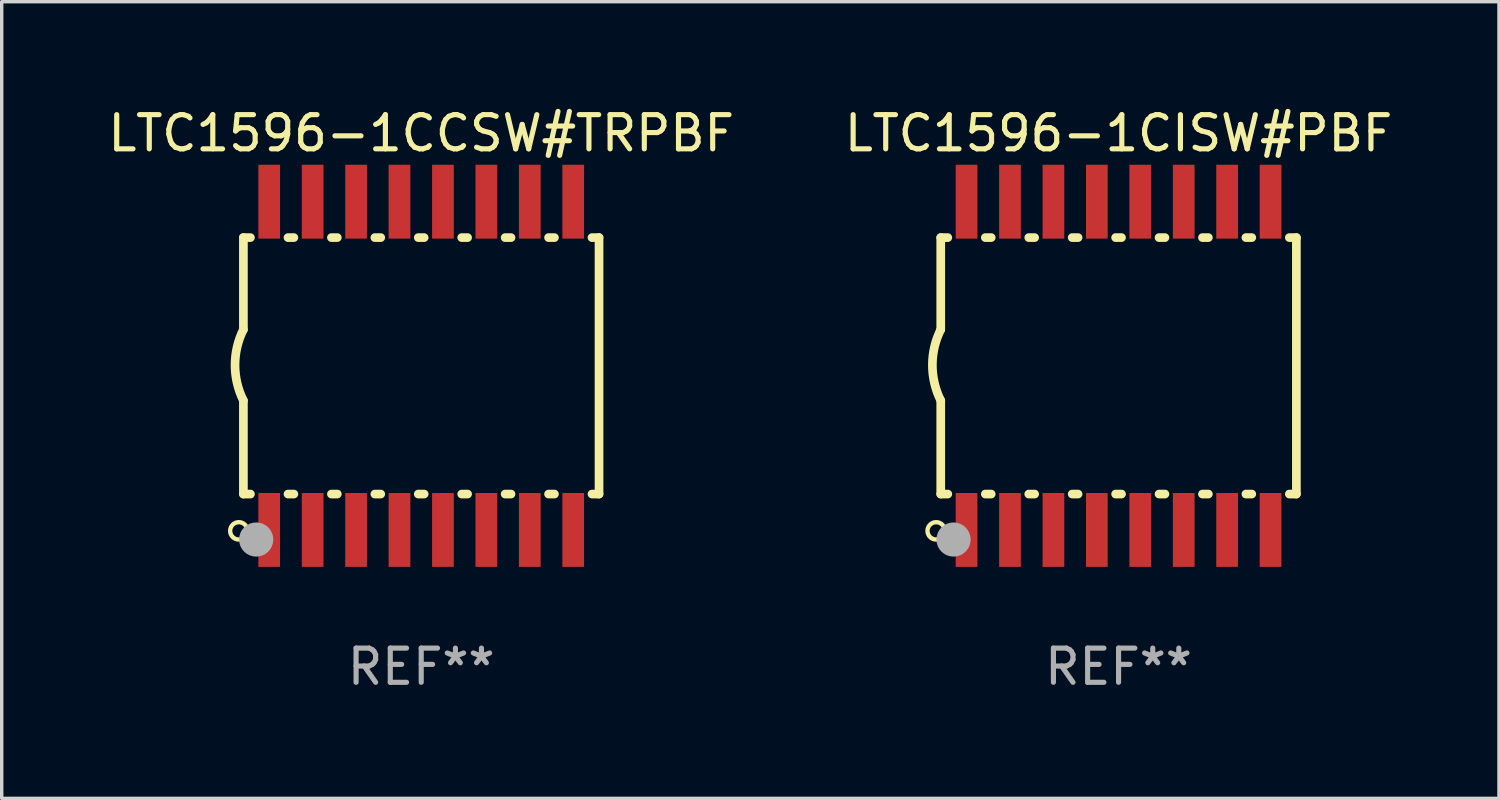
<source format=kicad_pcb>
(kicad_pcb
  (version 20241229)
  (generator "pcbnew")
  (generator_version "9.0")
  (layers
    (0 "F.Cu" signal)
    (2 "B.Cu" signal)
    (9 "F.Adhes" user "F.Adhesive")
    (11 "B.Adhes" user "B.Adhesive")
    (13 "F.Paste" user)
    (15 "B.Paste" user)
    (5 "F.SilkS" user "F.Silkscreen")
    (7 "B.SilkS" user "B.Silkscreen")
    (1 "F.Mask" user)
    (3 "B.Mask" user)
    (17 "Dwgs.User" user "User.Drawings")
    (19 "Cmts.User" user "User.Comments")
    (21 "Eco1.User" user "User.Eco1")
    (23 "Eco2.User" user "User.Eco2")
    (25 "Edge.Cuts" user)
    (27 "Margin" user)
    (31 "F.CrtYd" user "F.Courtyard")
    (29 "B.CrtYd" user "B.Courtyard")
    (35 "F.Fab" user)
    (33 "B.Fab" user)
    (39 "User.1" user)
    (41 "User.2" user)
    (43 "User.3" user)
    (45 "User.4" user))
  (footprint "LTC1596-1CCSW#TRPBF"
    (layer "F.Cu")
    (at 9.268 7.648)
    (property "Reference" "LTC1596-1CCSW#TRPBF" (at 0 -6.8 0) (layer "F.SilkS") (effects (font (size 1 1) (thickness 0.15))))
    (attr through_hole)
    (fp_line (start -5.2 -3.75) (end -5.2 -1.06) (stroke (width 0.254) (type solid)) (layer "F.SilkS"))
    (fp_line (start -5.2 -3.75) (end -4.994 -3.75) (stroke (width 0.254) (type solid)) (layer "F.SilkS"))
    (fp_line (start -5.2 3.75) (end -5.2 1.016) (stroke (width 0.254) (type solid)) (layer "F.SilkS"))
    (fp_line (start -5.2 3.75) (end -4.994 3.75) (stroke (width 0.254) (type solid)) (layer "F.SilkS"))
    (fp_line (start -3.896 -3.75) (end -3.724 -3.75) (stroke (width 0.254) (type solid)) (layer "F.SilkS"))
    (fp_line (start -3.896 3.75) (end -3.724 3.75) (stroke (width 0.254) (type solid)) (layer "F.SilkS"))
    (fp_line (start -2.626 -3.75) (end -2.454 -3.75) (stroke (width 0.254) (type solid)) (layer "F.SilkS"))
    (fp_line (start -2.626 3.75) (end -2.454 3.75) (stroke (width 0.254) (type solid)) (layer "F.SilkS"))
    (fp_line (start -1.356 -3.75) (end -1.184 -3.75) (stroke (width 0.254) (type solid)) (layer "F.SilkS"))
    (fp_line (start -1.356 3.75) (end -1.184 3.75) (stroke (width 0.254) (type solid)) (layer "F.SilkS"))
    (fp_line (start -0.086 -3.75) (end 0.086 -3.75) (stroke (width 0.254) (type solid)) (layer "F.SilkS"))
    (fp_line (start -0.086 3.75) (end 0.086 3.75) (stroke (width 0.254) (type solid)) (layer "F.SilkS"))
    (fp_line (start 1.184 -3.75) (end 1.356 -3.75) (stroke (width 0.254) (type solid)) (layer "F.SilkS"))
    (fp_line (start 1.184 3.75) (end 1.356 3.75) (stroke (width 0.254) (type solid)) (layer "F.SilkS"))
    (fp_line (start 2.454 -3.75) (end 2.626 -3.75) (stroke (width 0.254) (type solid)) (layer "F.SilkS"))
    (fp_line (start 2.454 3.75) (end 2.626 3.75) (stroke (width 0.254) (type solid)) (layer "F.SilkS"))
    (fp_line (start 3.724 -3.75) (end 3.896 -3.75) (stroke (width 0.254) (type solid)) (layer "F.SilkS"))
    (fp_line (start 3.724 3.75) (end 3.896 3.75) (stroke (width 0.254) (type solid)) (layer "F.SilkS"))
    (fp_line (start 4.994 -3.75) (end 5.2 -3.75) (stroke (width 0.254) (type solid)) (layer "F.SilkS"))
    (fp_line (start 4.994 3.75) (end 5.2 3.75) (stroke (width 0.254) (type solid)) (layer "F.SilkS"))
    (fp_line (start 5.2 3.75) (end 5.2 -3.75) (stroke (width 0.254) (type solid)) (layer "F.SilkS"))
    (fp_arc (start -5.199391 1.016002) (mid -5.444637 -0.021925) (end -5.2 -1.059995) (stroke (width 0.254001) (type solid)) (layer "F.SilkS"))
    (fp_circle (center -5.334 4.826) (end -5.08 4.826) (stroke (width 0.127) (type solid)) (fill no) (layer "F.SilkS"))
    (fp_circle (center -5.15 5.15) (end -5.12 5.15) (stroke (width 0.06) (type solid)) (fill no) (layer "F.SilkS"))
    (fp_circle (center -4.826 5.08) (end -4.576 5.08) (stroke (width 0.5) (type solid)) (fill no) (layer "F.Fab"))
    (fp_text user "REF**" (at 0 8.8 0) (layer "F.Fab") (effects (font (size 1 1) (thickness 0.15))))
    (pad "1" smd rect (at -4.445 4.8) (size 0.635 2.16) (layers "F.Cu" "F.Mask" "F.Paste"))
    (pad "2" smd rect (at -3.175 4.8) (size 0.635 2.16) (layers "F.Cu" "F.Mask" "F.Paste"))
    (pad "3" smd rect (at -1.905 4.8) (size 0.635 2.16) (layers "F.Cu" "F.Mask" "F.Paste"))
    (pad "4" smd rect (at -0.635 4.8) (size 0.635 2.16) (layers "F.Cu" "F.Mask" "F.Paste"))
    (pad "5" smd rect (at 0.635 4.8) (size 0.635 2.16) (layers "F.Cu" "F.Mask" "F.Paste"))
    (pad "6" smd rect (at 1.905 4.8) (size 0.635 2.16) (layers "F.Cu" "F.Mask" "F.Paste"))
    (pad "7" smd rect (at 3.175 4.8) (size 0.635 2.16) (layers "F.Cu" "F.Mask" "F.Paste"))
    (pad "8" smd rect (at 4.445 4.8) (size 0.635 2.16) (layers "F.Cu" "F.Mask" "F.Paste"))
    (pad "9" smd rect (at 4.445 -4.8) (size 0.635 2.16) (layers "F.Cu" "F.Mask" "F.Paste"))
    (pad "10" smd rect (at 3.175 -4.8) (size 0.635 2.16) (layers "F.Cu" "F.Mask" "F.Paste"))
    (pad "11" smd rect (at 1.905 -4.8) (size 0.635 2.16) (layers "F.Cu" "F.Mask" "F.Paste"))
    (pad "12" smd rect (at 0.635 -4.8) (size 0.635 2.16) (layers "F.Cu" "F.Mask" "F.Paste"))
    (pad "13" smd rect (at -0.635 -4.8) (size 0.635 2.16) (layers "F.Cu" "F.Mask" "F.Paste"))
    (pad "14" smd rect (at -1.905 -4.8) (size 0.635 2.16) (layers "F.Cu" "F.Mask" "F.Paste"))
    (pad "15" smd rect (at -3.175 -4.8) (size 0.635 2.16) (layers "F.Cu" "F.Mask" "F.Paste"))
    (pad "16" smd rect (at -4.445 -4.8) (size 0.635 2.16) (layers "F.Cu" "F.Mask" "F.Paste")))
  (footprint "LTC1596-1CISW#PBF"
    (layer "F.Cu")
    (at 29.661 7.648)
    (property "Reference" "LTC1596-1CISW#PBF" (at 0 -6.8 0) (layer "F.SilkS") (effects (font (size 1 1) (thickness 0.15))))
    (attr through_hole)
    (fp_line (start -5.2 -3.75) (end -5.2 -1.06) (stroke (width 0.254) (type solid)) (layer "F.SilkS"))
    (fp_line (start -5.2 -3.75) (end -4.994 -3.75) (stroke (width 0.254) (type solid)) (layer "F.SilkS"))
    (fp_line (start -5.2 3.75) (end -5.2 1.016) (stroke (width 0.254) (type solid)) (layer "F.SilkS"))
    (fp_line (start -5.2 3.75) (end -4.994 3.75) (stroke (width 0.254) (type solid)) (layer "F.SilkS"))
    (fp_line (start -3.896 -3.75) (end -3.724 -3.75) (stroke (width 0.254) (type solid)) (layer "F.SilkS"))
    (fp_line (start -3.896 3.75) (end -3.724 3.75) (stroke (width 0.254) (type solid)) (layer "F.SilkS"))
    (fp_line (start -2.626 -3.75) (end -2.454 -3.75) (stroke (width 0.254) (type solid)) (layer "F.SilkS"))
    (fp_line (start -2.626 3.75) (end -2.454 3.75) (stroke (width 0.254) (type solid)) (layer "F.SilkS"))
    (fp_line (start -1.356 -3.75) (end -1.184 -3.75) (stroke (width 0.254) (type solid)) (layer "F.SilkS"))
    (fp_line (start -1.356 3.75) (end -1.184 3.75) (stroke (width 0.254) (type solid)) (layer "F.SilkS"))
    (fp_line (start -0.086 -3.75) (end 0.086 -3.75) (stroke (width 0.254) (type solid)) (layer "F.SilkS"))
    (fp_line (start -0.086 3.75) (end 0.086 3.75) (stroke (width 0.254) (type solid)) (layer "F.SilkS"))
    (fp_line (start 1.184 -3.75) (end 1.356 -3.75) (stroke (width 0.254) (type solid)) (layer "F.SilkS"))
    (fp_line (start 1.184 3.75) (end 1.356 3.75) (stroke (width 0.254) (type solid)) (layer "F.SilkS"))
    (fp_line (start 2.454 -3.75) (end 2.626 -3.75) (stroke (width 0.254) (type solid)) (layer "F.SilkS"))
    (fp_line (start 2.454 3.75) (end 2.626 3.75) (stroke (width 0.254) (type solid)) (layer "F.SilkS"))
    (fp_line (start 3.724 -3.75) (end 3.896 -3.75) (stroke (width 0.254) (type solid)) (layer "F.SilkS"))
    (fp_line (start 3.724 3.75) (end 3.896 3.75) (stroke (width 0.254) (type solid)) (layer "F.SilkS"))
    (fp_line (start 4.994 -3.75) (end 5.2 -3.75) (stroke (width 0.254) (type solid)) (layer "F.SilkS"))
    (fp_line (start 4.994 3.75) (end 5.2 3.75) (stroke (width 0.254) (type solid)) (layer "F.SilkS"))
    (fp_line (start 5.2 3.75) (end 5.2 -3.75) (stroke (width 0.254) (type solid)) (layer "F.SilkS"))
    (fp_arc (start -5.199391 1.016002) (mid -5.444637 -0.021925) (end -5.2 -1.059995) (stroke (width 0.254001) (type solid)) (layer "F.SilkS"))
    (fp_circle (center -5.334 4.826) (end -5.08 4.826) (stroke (width 0.127) (type solid)) (fill no) (layer "F.SilkS"))
    (fp_circle (center -5.15 5.15) (end -5.12 5.15) (stroke (width 0.06) (type solid)) (fill no) (layer "F.SilkS"))
    (fp_circle (center -4.826 5.08) (end -4.576 5.08) (stroke (width 0.5) (type solid)) (fill no) (layer "F.Fab"))
    (fp_text user "REF**" (at 0 8.8 0) (layer "F.Fab") (effects (font (size 1 1) (thickness 0.15))))
    (pad "1" smd rect (at -4.445 4.8) (size 0.635 2.16) (layers "F.Cu" "F.Mask" "F.Paste"))
    (pad "2" smd rect (at -3.175 4.8) (size 0.635 2.16) (layers "F.Cu" "F.Mask" "F.Paste"))
    (pad "3" smd rect (at -1.905 4.8) (size 0.635 2.16) (layers "F.Cu" "F.Mask" "F.Paste"))
    (pad "4" smd rect (at -0.635 4.8) (size 0.635 2.16) (layers "F.Cu" "F.Mask" "F.Paste"))
    (pad "5" smd rect (at 0.635 4.8) (size 0.635 2.16) (layers "F.Cu" "F.Mask" "F.Paste"))
    (pad "6" smd rect (at 1.905 4.8) (size 0.635 2.16) (layers "F.Cu" "F.Mask" "F.Paste"))
    (pad "7" smd rect (at 3.175 4.8) (size 0.635 2.16) (layers "F.Cu" "F.Mask" "F.Paste"))
    (pad "8" smd rect (at 4.445 4.8) (size 0.635 2.16) (layers "F.Cu" "F.Mask" "F.Paste"))
    (pad "9" smd rect (at 4.445 -4.8) (size 0.635 2.16) (layers "F.Cu" "F.Mask" "F.Paste"))
    (pad "10" smd rect (at 3.175 -4.8) (size 0.635 2.16) (layers "F.Cu" "F.Mask" "F.Paste"))
    (pad "11" smd rect (at 1.905 -4.8) (size 0.635 2.16) (layers "F.Cu" "F.Mask" "F.Paste"))
    (pad "12" smd rect (at 0.635 -4.8) (size 0.635 2.16) (layers "F.Cu" "F.Mask" "F.Paste"))
    (pad "13" smd rect (at -0.635 -4.8) (size 0.635 2.16) (layers "F.Cu" "F.Mask" "F.Paste"))
    (pad "14" smd rect (at -1.905 -4.8) (size 0.635 2.16) (layers "F.Cu" "F.Mask" "F.Paste"))
    (pad "15" smd rect (at -3.175 -4.8) (size 0.635 2.16) (layers "F.Cu" "F.Mask" "F.Paste"))
    (pad "16" smd rect (at -4.445 -4.8) (size 0.635 2.16) (layers "F.Cu" "F.Mask" "F.Paste")))
  (gr_rect
    (start -3 -3)
    (end 40.786 20.297)
    (stroke (width 0.1) (type default))
    (fill no)
    (layer "Edge.Cuts")))
</source>
